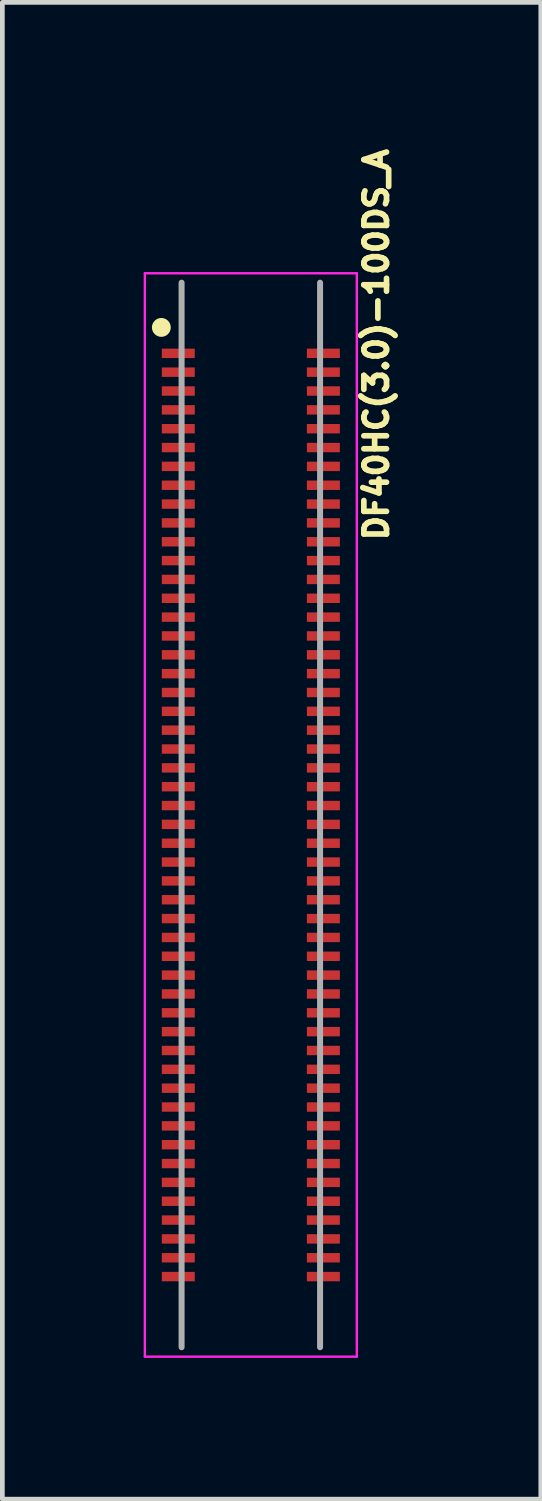
<source format=kicad_pcb>
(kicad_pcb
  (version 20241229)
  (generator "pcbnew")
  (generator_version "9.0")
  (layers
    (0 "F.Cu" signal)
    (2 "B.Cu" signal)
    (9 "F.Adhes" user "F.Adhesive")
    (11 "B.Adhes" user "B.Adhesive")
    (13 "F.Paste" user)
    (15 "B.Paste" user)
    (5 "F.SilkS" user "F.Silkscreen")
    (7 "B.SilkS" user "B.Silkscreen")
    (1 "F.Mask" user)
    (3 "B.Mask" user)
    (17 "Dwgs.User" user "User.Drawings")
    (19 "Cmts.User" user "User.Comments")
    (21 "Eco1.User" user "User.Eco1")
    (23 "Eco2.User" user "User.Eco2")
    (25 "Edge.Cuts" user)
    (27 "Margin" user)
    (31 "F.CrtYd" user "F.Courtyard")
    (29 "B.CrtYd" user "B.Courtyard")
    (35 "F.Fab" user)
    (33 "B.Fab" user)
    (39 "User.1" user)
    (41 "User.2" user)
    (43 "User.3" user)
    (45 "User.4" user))
  (footprint "DF40HC(3.0)-100DS_A"
    (layer "F.Cu")
    (at 2.275 14.251)
    (property "Reference" "DF40HC(3.0)-100DS_A" (at 2.664 -9.985 270) (layer "F.SilkS") (effects (font (size 0.481 0.481) (thickness 0.15))))
    (attr smd)
    (fp_circle (center -1.9 -10.35) (end -1.9 -10.25) (stroke (width 0.2) (type solid)) (fill no) (layer "F.SilkS"))
    (fp_line (start -2.25 -11.5) (end 2.25 -11.5) (stroke (width 0.05) (type solid)) (layer "F.CrtYd"))
    (fp_line (start -2.25 11.5) (end -2.25 -11.5) (stroke (width 0.05) (type solid)) (layer "F.CrtYd"))
    (fp_line (start 2.25 -11.5) (end 2.25 11.5) (stroke (width 0.05) (type solid)) (layer "F.CrtYd"))
    (fp_line (start 2.25 11.5) (end -2.25 11.5) (stroke (width 0.05) (type solid)) (layer "F.CrtYd"))
    (fp_line (start -1.47 11.3) (end -1.47 -11.3) (stroke (width 0.127) (type solid)) (layer "F.Fab"))
    (fp_line (start 1.47 -11.3) (end 1.47 11.3) (stroke (width 0.127) (type solid)) (layer "F.Fab"))
    (pad "1" smd rect (at -1.54 -9.8 270) (size 0.2 0.7) (layers "F.Cu" "F.Mask" "F.Paste"))
    (pad "2" smd rect (at 1.54 -9.8 270) (size 0.2 0.7) (layers "F.Cu" "F.Mask" "F.Paste"))
    (pad "3" smd rect (at -1.54 -9.4 270) (size 0.2 0.7) (layers "F.Cu" "F.Mask" "F.Paste"))
    (pad "4" smd rect (at 1.54 -9.4 270) (size 0.2 0.7) (layers "F.Cu" "F.Mask" "F.Paste"))
    (pad "5" smd rect (at -1.54 -9 270) (size 0.2 0.7) (layers "F.Cu" "F.Mask" "F.Paste"))
    (pad "6" smd rect (at 1.54 -9 270) (size 0.2 0.7) (layers "F.Cu" "F.Mask" "F.Paste"))
    (pad "7" smd rect (at -1.54 -8.6 270) (size 0.2 0.7) (layers "F.Cu" "F.Mask" "F.Paste"))
    (pad "8" smd rect (at 1.54 -8.6 270) (size 0.2 0.7) (layers "F.Cu" "F.Mask" "F.Paste"))
    (pad "9" smd rect (at -1.54 -8.2 270) (size 0.2 0.7) (layers "F.Cu" "F.Mask" "F.Paste"))
    (pad "10" smd rect (at 1.54 -8.2 270) (size 0.2 0.7) (layers "F.Cu" "F.Mask" "F.Paste"))
    (pad "11" smd rect (at -1.54 -7.8 270) (size 0.2 0.7) (layers "F.Cu" "F.Mask" "F.Paste"))
    (pad "12" smd rect (at 1.54 -7.8 270) (size 0.2 0.7) (layers "F.Cu" "F.Mask" "F.Paste"))
    (pad "13" smd rect (at -1.54 -7.4 270) (size 0.2 0.7) (layers "F.Cu" "F.Mask" "F.Paste"))
    (pad "14" smd rect (at 1.54 -7.4 270) (size 0.2 0.7) (layers "F.Cu" "F.Mask" "F.Paste"))
    (pad "15" smd rect (at -1.54 -7 270) (size 0.2 0.7) (layers "F.Cu" "F.Mask" "F.Paste"))
    (pad "16" smd rect (at 1.54 -7 270) (size 0.2 0.7) (layers "F.Cu" "F.Mask" "F.Paste"))
    (pad "17" smd rect (at -1.54 -6.6 270) (size 0.2 0.7) (layers "F.Cu" "F.Mask" "F.Paste"))
    (pad "18" smd rect (at 1.54 -6.6 270) (size 0.2 0.7) (layers "F.Cu" "F.Mask" "F.Paste"))
    (pad "19" smd rect (at -1.54 -6.2 270) (size 0.2 0.7) (layers "F.Cu" "F.Mask" "F.Paste"))
    (pad "20" smd rect (at 1.54 -6.2 270) (size 0.2 0.7) (layers "F.Cu" "F.Mask" "F.Paste"))
    (pad "21" smd rect (at -1.54 -5.8 270) (size 0.2 0.7) (layers "F.Cu" "F.Mask" "F.Paste"))
    (pad "22" smd rect (at 1.54 -5.8 270) (size 0.2 0.7) (layers "F.Cu" "F.Mask" "F.Paste"))
    (pad "23" smd rect (at -1.54 -5.4 270) (size 0.2 0.7) (layers "F.Cu" "F.Mask" "F.Paste"))
    (pad "24" smd rect (at 1.54 -5.4 270) (size 0.2 0.7) (layers "F.Cu" "F.Mask" "F.Paste"))
    (pad "25" smd rect (at -1.54 -5 270) (size 0.2 0.7) (layers "F.Cu" "F.Mask" "F.Paste"))
    (pad "26" smd rect (at 1.54 -5 270) (size 0.2 0.7) (layers "F.Cu" "F.Mask" "F.Paste"))
    (pad "27" smd rect (at -1.54 -4.6 270) (size 0.2 0.7) (layers "F.Cu" "F.Mask" "F.Paste"))
    (pad "28" smd rect (at 1.54 -4.6 270) (size 0.2 0.7) (layers "F.Cu" "F.Mask" "F.Paste"))
    (pad "29" smd rect (at -1.54 -4.2 270) (size 0.2 0.7) (layers "F.Cu" "F.Mask" "F.Paste"))
    (pad "30" smd rect (at 1.54 -4.2 270) (size 0.2 0.7) (layers "F.Cu" "F.Mask" "F.Paste"))
    (pad "31" smd rect (at -1.54 -3.8 270) (size 0.2 0.7) (layers "F.Cu" "F.Mask" "F.Paste"))
    (pad "32" smd rect (at 1.54 -3.8 270) (size 0.2 0.7) (layers "F.Cu" "F.Mask" "F.Paste"))
    (pad "33" smd rect (at -1.54 -3.4 270) (size 0.2 0.7) (layers "F.Cu" "F.Mask" "F.Paste"))
    (pad "34" smd rect (at 1.54 -3.4 270) (size 0.2 0.7) (layers "F.Cu" "F.Mask" "F.Paste"))
    (pad "35" smd rect (at -1.54 -3 270) (size 0.2 0.7) (layers "F.Cu" "F.Mask" "F.Paste"))
    (pad "36" smd rect (at 1.54 -3 270) (size 0.2 0.7) (layers "F.Cu" "F.Mask" "F.Paste"))
    (pad "37" smd rect (at -1.54 -2.6 270) (size 0.2 0.7) (layers "F.Cu" "F.Mask" "F.Paste"))
    (pad "38" smd rect (at 1.54 -2.6 270) (size 0.2 0.7) (layers "F.Cu" "F.Mask" "F.Paste"))
    (pad "39" smd rect (at -1.54 -2.2 270) (size 0.2 0.7) (layers "F.Cu" "F.Mask" "F.Paste"))
    (pad "40" smd rect (at 1.54 -2.2 270) (size 0.2 0.7) (layers "F.Cu" "F.Mask" "F.Paste"))
    (pad "41" smd rect (at -1.54 -1.8 270) (size 0.2 0.7) (layers "F.Cu" "F.Mask" "F.Paste"))
    (pad "42" smd rect (at 1.54 -1.8 270) (size 0.2 0.7) (layers "F.Cu" "F.Mask" "F.Paste"))
    (pad "43" smd rect (at -1.54 -1.4 270) (size 0.2 0.7) (layers "F.Cu" "F.Mask" "F.Paste"))
    (pad "44" smd rect (at 1.54 -1.4 270) (size 0.2 0.7) (layers "F.Cu" "F.Mask" "F.Paste"))
    (pad "45" smd rect (at -1.54 -1 270) (size 0.2 0.7) (layers "F.Cu" "F.Mask" "F.Paste"))
    (pad "46" smd rect (at 1.54 -1 270) (size 0.2 0.7) (layers "F.Cu" "F.Mask" "F.Paste"))
    (pad "47" smd rect (at -1.54 -0.6 270) (size 0.2 0.7) (layers "F.Cu" "F.Mask" "F.Paste"))
    (pad "48" smd rect (at 1.54 -0.6 270) (size 0.2 0.7) (layers "F.Cu" "F.Mask" "F.Paste"))
    (pad "49" smd rect (at -1.54 -0.2 270) (size 0.2 0.7) (layers "F.Cu" "F.Mask" "F.Paste"))
    (pad "50" smd rect (at 1.54 -0.2 270) (size 0.2 0.7) (layers "F.Cu" "F.Mask" "F.Paste"))
    (pad "51" smd rect (at -1.54 0.2 270) (size 0.2 0.7) (layers "F.Cu" "F.Mask" "F.Paste"))
    (pad "52" smd rect (at 1.54 0.2 270) (size 0.2 0.7) (layers "F.Cu" "F.Mask" "F.Paste"))
    (pad "53" smd rect (at -1.54 0.6 270) (size 0.2 0.7) (layers "F.Cu" "F.Mask" "F.Paste"))
    (pad "54" smd rect (at 1.54 0.6 270) (size 0.2 0.7) (layers "F.Cu" "F.Mask" "F.Paste"))
    (pad "55" smd rect (at -1.54 1 270) (size 0.2 0.7) (layers "F.Cu" "F.Mask" "F.Paste"))
    (pad "56" smd rect (at 1.54 1 270) (size 0.2 0.7) (layers "F.Cu" "F.Mask" "F.Paste"))
    (pad "57" smd rect (at -1.54 1.4 270) (size 0.2 0.7) (layers "F.Cu" "F.Mask" "F.Paste"))
    (pad "58" smd rect (at 1.54 1.4 270) (size 0.2 0.7) (layers "F.Cu" "F.Mask" "F.Paste"))
    (pad "59" smd rect (at -1.54 1.8 270) (size 0.2 0.7) (layers "F.Cu" "F.Mask" "F.Paste"))
    (pad "60" smd rect (at 1.54 1.8 270) (size 0.2 0.7) (layers "F.Cu" "F.Mask" "F.Paste"))
    (pad "61" smd rect (at -1.54 2.2 270) (size 0.2 0.7) (layers "F.Cu" "F.Mask" "F.Paste"))
    (pad "62" smd rect (at 1.54 2.2 270) (size 0.2 0.7) (layers "F.Cu" "F.Mask" "F.Paste"))
    (pad "63" smd rect (at -1.54 2.6 270) (size 0.2 0.7) (layers "F.Cu" "F.Mask" "F.Paste"))
    (pad "64" smd rect (at 1.54 2.6 270) (size 0.2 0.7) (layers "F.Cu" "F.Mask" "F.Paste"))
    (pad "65" smd rect (at -1.54 3 270) (size 0.2 0.7) (layers "F.Cu" "F.Mask" "F.Paste"))
    (pad "66" smd rect (at 1.54 3 270) (size 0.2 0.7) (layers "F.Cu" "F.Mask" "F.Paste"))
    (pad "67" smd rect (at -1.54 3.4 270) (size 0.2 0.7) (layers "F.Cu" "F.Mask" "F.Paste"))
    (pad "68" smd rect (at 1.54 3.4 270) (size 0.2 0.7) (layers "F.Cu" "F.Mask" "F.Paste"))
    (pad "69" smd rect (at -1.54 3.8 270) (size 0.2 0.7) (layers "F.Cu" "F.Mask" "F.Paste"))
    (pad "70" smd rect (at 1.54 3.8 270) (size 0.2 0.7) (layers "F.Cu" "F.Mask" "F.Paste"))
    (pad "71" smd rect (at -1.54 4.2 270) (size 0.2 0.7) (layers "F.Cu" "F.Mask" "F.Paste"))
    (pad "72" smd rect (at 1.54 4.2 270) (size 0.2 0.7) (layers "F.Cu" "F.Mask" "F.Paste"))
    (pad "73" smd rect (at -1.54 4.6 270) (size 0.2 0.7) (layers "F.Cu" "F.Mask" "F.Paste"))
    (pad "74" smd rect (at 1.54 4.6 270) (size 0.2 0.7) (layers "F.Cu" "F.Mask" "F.Paste"))
    (pad "75" smd rect (at -1.54 5 270) (size 0.2 0.7) (layers "F.Cu" "F.Mask" "F.Paste"))
    (pad "76" smd rect (at 1.54 5 270) (size 0.2 0.7) (layers "F.Cu" "F.Mask" "F.Paste"))
    (pad "77" smd rect (at -1.54 5.4 270) (size 0.2 0.7) (layers "F.Cu" "F.Mask" "F.Paste"))
    (pad "78" smd rect (at 1.54 5.4 270) (size 0.2 0.7) (layers "F.Cu" "F.Mask" "F.Paste"))
    (pad "79" smd rect (at -1.54 5.8 270) (size 0.2 0.7) (layers "F.Cu" "F.Mask" "F.Paste"))
    (pad "80" smd rect (at 1.54 5.8 270) (size 0.2 0.7) (layers "F.Cu" "F.Mask" "F.Paste"))
    (pad "81" smd rect (at -1.54 6.2 270) (size 0.2 0.7) (layers "F.Cu" "F.Mask" "F.Paste"))
    (pad "82" smd rect (at 1.54 6.2 270) (size 0.2 0.7) (layers "F.Cu" "F.Mask" "F.Paste"))
    (pad "83" smd rect (at -1.54 6.6 270) (size 0.2 0.7) (layers "F.Cu" "F.Mask" "F.Paste"))
    (pad "84" smd rect (at 1.54 6.6 270) (size 0.2 0.7) (layers "F.Cu" "F.Mask" "F.Paste"))
    (pad "85" smd rect (at -1.54 7 270) (size 0.2 0.7) (layers "F.Cu" "F.Mask" "F.Paste"))
    (pad "86" smd rect (at 1.54 7 270) (size 0.2 0.7) (layers "F.Cu" "F.Mask" "F.Paste"))
    (pad "87" smd rect (at -1.54 7.4 270) (size 0.2 0.7) (layers "F.Cu" "F.Mask" "F.Paste"))
    (pad "88" smd rect (at 1.54 7.4 270) (size 0.2 0.7) (layers "F.Cu" "F.Mask" "F.Paste"))
    (pad "89" smd rect (at -1.54 7.8 270) (size 0.2 0.7) (layers "F.Cu" "F.Mask" "F.Paste"))
    (pad "90" smd rect (at 1.54 7.8 270) (size 0.2 0.7) (layers "F.Cu" "F.Mask" "F.Paste"))
    (pad "91" smd rect (at -1.54 8.2 270) (size 0.2 0.7) (layers "F.Cu" "F.Mask" "F.Paste"))
    (pad "92" smd rect (at 1.54 8.2 270) (size 0.2 0.7) (layers "F.Cu" "F.Mask" "F.Paste"))
    (pad "93" smd rect (at -1.54 8.6 270) (size 0.2 0.7) (layers "F.Cu" "F.Mask" "F.Paste"))
    (pad "94" smd rect (at 1.54 8.6 270) (size 0.2 0.7) (layers "F.Cu" "F.Mask" "F.Paste"))
    (pad "95" smd rect (at -1.54 9 270) (size 0.2 0.7) (layers "F.Cu" "F.Mask" "F.Paste"))
    (pad "96" smd rect (at 1.54 9 270) (size 0.2 0.7) (layers "F.Cu" "F.Mask" "F.Paste"))
    (pad "97" smd rect (at -1.54 9.4 270) (size 0.2 0.7) (layers "F.Cu" "F.Mask" "F.Paste"))
    (pad "98" smd rect (at 1.54 9.4 270) (size 0.2 0.7) (layers "F.Cu" "F.Mask" "F.Paste"))
    (pad "99" smd rect (at -1.54 9.8 270) (size 0.2 0.7) (layers "F.Cu" "F.Mask" "F.Paste"))
    (pad "100" smd rect (at 1.54 9.8 270) (size 0.2 0.7) (layers "F.Cu" "F.Mask" "F.Paste"))
    (zone (net_name "") (layer "F.Cu") (hatch full 0.508) (connect_pads) (min_thickness 0.01) (filled_areas_thickness no) (keepout (tracks not_allowed) (vias not_allowed) (pads not_allowed) (copperpour not_allowed) (footprints allowed)) (placement (enabled no)) (fill) (polygon (pts (xy 1.815 4.344) (xy 1.815 4.551) (xy 1.084 4.551) (xy 1.084 4.344))))
    (zone (net_name "") (layer "F.Cu") (hatch full 0.508) (connect_pads) (min_thickness 0.01) (filled_areas_thickness no) (keepout (tracks not_allowed) (vias not_allowed) (pads not_allowed) (copperpour not_allowed) (footprints allowed)) (placement (enabled no)) (fill) (polygon (pts (xy 1.815 4.741) (xy 1.815 4.951) (xy 1.084 4.951) (xy 1.084 4.741))))
    (zone (net_name "") (layer "F.Cu") (hatch full 0.508) (connect_pads) (min_thickness 0.01) (filled_areas_thickness no) (keepout (tracks not_allowed) (vias not_allowed) (pads not_allowed) (copperpour not_allowed) (footprints allowed)) (placement (enabled no)) (fill) (polygon (pts (xy 1.815 5.149) (xy 1.815 5.351) (xy 1.085 5.351) (xy 1.085 5.149))))
    (zone (net_name "") (layer "F.Cu") (hatch full 0.508) (connect_pads) (min_thickness 0.01) (filled_areas_thickness no) (keepout (tracks not_allowed) (vias not_allowed) (pads not_allowed) (copperpour not_allowed) (footprints allowed)) (placement (enabled no)) (fill) (polygon (pts (xy 1.815 5.532) (xy 1.815 5.751) (xy 1.082 5.751) (xy 1.082 5.532))))
    (zone (net_name "") (layer "F.Cu") (hatch full 0.508) (connect_pads) (min_thickness 0.01) (filled_areas_thickness no) (keepout (tracks not_allowed) (vias not_allowed) (pads not_allowed) (copperpour not_allowed) (footprints allowed)) (placement (enabled no)) (fill) (polygon (pts (xy 1.815 5.934) (xy 1.815 6.151) (xy 1.083 6.151) (xy 1.083 5.934))))
    (zone (net_name "") (layer "F.Cu") (hatch full 0.508) (connect_pads) (min_thickness 0.01) (filled_areas_thickness no) (keepout (tracks not_allowed) (vias not_allowed) (pads not_allowed) (copperpour not_allowed) (footprints allowed)) (placement (enabled no)) (fill) (polygon (pts (xy 1.815 6.329) (xy 1.815 6.551) (xy 1.082 6.551) (xy 1.082 6.329))))
    (zone (net_name "") (layer "F.Cu") (hatch full 0.508) (connect_pads) (min_thickness 0.01) (filled_areas_thickness no) (keepout (tracks not_allowed) (vias not_allowed) (pads not_allowed) (copperpour not_allowed) (footprints allowed)) (placement (enabled no)) (fill) (polygon (pts (xy 1.815 6.736) (xy 1.815 6.951) (xy 1.083 6.951) (xy 1.083 6.736))))
    (zone (net_name "") (layer "F.Cu") (hatch full 0.508) (connect_pads) (min_thickness 0.01) (filled_areas_thickness no) (keepout (tracks not_allowed) (vias not_allowed) (pads not_allowed) (copperpour not_allowed) (footprints allowed)) (placement (enabled no)) (fill) (polygon (pts (xy 1.815 7.134) (xy 1.815 7.351) (xy 1.082 7.351) (xy 1.082 7.134))))
    (zone (net_name "") (layer "F.Cu") (hatch full 0.508) (connect_pads) (min_thickness 0.01) (filled_areas_thickness no) (keepout (tracks not_allowed) (vias not_allowed) (pads not_allowed) (copperpour not_allowed) (footprints allowed)) (placement (enabled no)) (fill) (polygon (pts (xy 1.815 7.534) (xy 1.815 7.751) (xy 1.082 7.751) (xy 1.082 7.534))))
    (zone (net_name "") (layer "F.Cu") (hatch full 0.508) (connect_pads) (min_thickness 0.01) (filled_areas_thickness no) (keepout (tracks not_allowed) (vias not_allowed) (pads not_allowed) (copperpour not_allowed) (footprints allowed)) (placement (enabled no)) (fill) (polygon (pts (xy 1.815 7.941) (xy 1.815 8.151) (xy 1.083 8.151) (xy 1.083 7.941))))
    (zone (net_name "") (layer "F.Cu") (hatch full 0.508) (connect_pads) (min_thickness 0.01) (filled_areas_thickness no) (keepout (tracks not_allowed) (vias not_allowed) (pads not_allowed) (copperpour not_allowed) (footprints allowed)) (placement (enabled no)) (fill) (polygon (pts (xy 1.815 8.337) (xy 1.815 8.551) (xy 1.082 8.551) (xy 1.082 8.337))))
    (zone (net_name "") (layer "F.Cu") (hatch full 0.508) (connect_pads) (min_thickness 0.01) (filled_areas_thickness no) (keepout (tracks not_allowed) (vias not_allowed) (pads not_allowed) (copperpour not_allowed) (footprints allowed)) (placement (enabled no)) (fill) (polygon (pts (xy 1.815 8.73) (xy 1.815 8.951) (xy 1.08 8.951) (xy 1.08 8.73))))
    (zone (net_name "") (layer "F.Cu") (hatch full 0.508) (connect_pads) (min_thickness 0.01) (filled_areas_thickness no) (keepout (tracks not_allowed) (vias not_allowed) (pads not_allowed) (copperpour not_allowed) (footprints allowed)) (placement (enabled no)) (fill) (polygon (pts (xy 1.815 9.14) (xy 1.815 9.351) (xy 1.083 9.351) (xy 1.083 9.14))))
    (zone (net_name "") (layer "F.Cu") (hatch full 0.508) (connect_pads) (min_thickness 0.01) (filled_areas_thickness no) (keepout (tracks not_allowed) (vias not_allowed) (pads not_allowed) (copperpour not_allowed) (footprints allowed)) (placement (enabled no)) (fill) (polygon (pts (xy 1.815 9.541) (xy 1.815 9.751) (xy 1.083 9.751) (xy 1.083 9.541))))
    (zone (net_name "") (layer "F.Cu") (hatch full 0.508) (connect_pads) (min_thickness 0.01) (filled_areas_thickness no) (keepout (tracks not_allowed) (vias not_allowed) (pads not_allowed) (copperpour not_allowed) (footprints allowed)) (placement (enabled no)) (fill) (polygon (pts (xy 1.815 9.947) (xy 1.815 10.151) (xy 1.084 10.151) (xy 1.084 9.947))))
    (zone (net_name "") (layer "F.Cu") (hatch full 0.508) (connect_pads) (min_thickness 0.01) (filled_areas_thickness no) (keepout (tracks not_allowed) (vias not_allowed) (pads not_allowed) (copperpour not_allowed) (footprints allowed)) (placement (enabled no)) (fill) (polygon (pts (xy 1.815 10.34) (xy 1.815 10.551) (xy 1.082 10.551) (xy 1.082 10.34))))
    (zone (net_name "") (layer "F.Cu") (hatch full 0.508) (connect_pads) (min_thickness 0.01) (filled_areas_thickness no) (keepout (tracks not_allowed) (vias not_allowed) (pads not_allowed) (copperpour not_allowed) (footprints allowed)) (placement (enabled no)) (fill) (polygon (pts (xy 1.815 10.739) (xy 1.815 10.951) (xy 1.081 10.951) (xy 1.081 10.739))))
    (zone (net_name "") (layer "F.Cu") (hatch full 0.508) (connect_pads) (min_thickness 0.01) (filled_areas_thickness no) (keepout (tracks not_allowed) (vias not_allowed) (pads not_allowed) (copperpour not_allowed) (footprints allowed)) (placement (enabled no)) (fill) (polygon (pts (xy 1.815 11.148) (xy 1.815 11.351) (xy 1.084 11.351) (xy 1.084 11.148))))
    (zone (net_name "") (layer "F.Cu") (hatch full 0.508) (connect_pads) (min_thickness 0.01) (filled_areas_thickness no) (keepout (tracks not_allowed) (vias not_allowed) (pads not_allowed) (copperpour not_allowed) (footprints allowed)) (placement (enabled no)) (fill) (polygon (pts (xy 1.815 11.541) (xy 1.815 11.751) (xy 1.081 11.751) (xy 1.081 11.541))))
    (zone (net_name "") (layer "F.Cu") (hatch full 0.508) (connect_pads) (min_thickness 0.01) (filled_areas_thickness no) (keepout (tracks not_allowed) (vias not_allowed) (pads not_allowed) (copperpour not_allowed) (footprints allowed)) (placement (enabled no)) (fill) (polygon (pts (xy 1.815 11.948) (xy 1.815 12.151) (xy 1.084 12.151) (xy 1.084 11.948))))
    (zone (net_name "") (layer "F.Cu") (hatch full 0.508) (connect_pads) (min_thickness 0.01) (filled_areas_thickness no) (keepout (tracks not_allowed) (vias not_allowed) (pads not_allowed) (copperpour not_allowed) (footprints allowed)) (placement (enabled no)) (fill) (polygon (pts (xy 1.815 12.345) (xy 1.815 12.551) (xy 1.082 12.551) (xy 1.082 12.345))))
    (zone (net_name "") (layer "F.Cu") (hatch full 0.508) (connect_pads) (min_thickness 0.01) (filled_areas_thickness no) (keepout (tracks not_allowed) (vias not_allowed) (pads not_allowed) (copperpour not_allowed) (footprints allowed)) (placement (enabled no)) (fill) (polygon (pts (xy 1.815 12.749) (xy 1.815 12.951) (xy 1.084 12.951) (xy 1.084 12.749))))
    (zone (net_name "") (layer "F.Cu") (hatch full 0.508) (connect_pads) (min_thickness 0.01) (filled_areas_thickness no) (keepout (tracks not_allowed) (vias not_allowed) (pads not_allowed) (copperpour not_allowed) (footprints allowed)) (placement (enabled no)) (fill) (polygon (pts (xy 1.815 13.149) (xy 1.815 13.351) (xy 1.083 13.351) (xy 1.083 13.149))))
    (zone (net_name "") (layer "F.Cu") (hatch full 0.508) (connect_pads) (min_thickness 0.01) (filled_areas_thickness no) (keepout (tracks not_allowed) (vias not_allowed) (pads not_allowed) (copperpour not_allowed) (footprints allowed)) (placement (enabled no)) (fill) (polygon (pts (xy 1.815 13.55) (xy 1.815 13.751) (xy 1.083 13.751) (xy 1.083 13.55))))
    (zone (net_name "") (layer "F.Cu") (hatch full 0.508) (connect_pads) (min_thickness 0.01) (filled_areas_thickness no) (keepout (tracks not_allowed) (vias not_allowed) (pads not_allowed) (copperpour not_allowed) (footprints allowed)) (placement (enabled no)) (fill) (polygon (pts (xy 1.815 13.95) (xy 1.815 14.151) (xy 1.082 14.151) (xy 1.082 13.95))))
    (zone (net_name "") (layer "F.Cu") (hatch full 0.508) (connect_pads) (min_thickness 0.01) (filled_areas_thickness no) (keepout (tracks not_allowed) (vias not_allowed) (pads not_allowed) (copperpour not_allowed) (footprints allowed)) (placement (enabled no)) (fill) (polygon (pts (xy 1.815 14.351) (xy 1.815 14.551) (xy 1.083 14.551) (xy 1.083 14.351))))
    (zone (net_name "") (layer "F.Cu") (hatch full 0.508) (connect_pads) (min_thickness 0.01) (filled_areas_thickness no) (keepout (tracks not_allowed) (vias not_allowed) (pads not_allowed) (copperpour not_allowed) (footprints allowed)) (placement (enabled no)) (fill) (polygon (pts (xy 1.815 14.751) (xy 1.815 14.951) (xy 1.084 14.951) (xy 1.084 14.751))))
    (zone (net_name "") (layer "F.Cu") (hatch full 0.508) (connect_pads) (min_thickness 0.01) (filled_areas_thickness no) (keepout (tracks not_allowed) (vias not_allowed) (pads not_allowed) (copperpour not_allowed) (footprints allowed)) (placement (enabled no)) (fill) (polygon (pts (xy 1.815 15.153) (xy 1.815 15.351) (xy 1.082 15.351) (xy 1.082 15.153))))
    (zone (net_name "") (layer "F.Cu") (hatch full 0.508) (connect_pads) (min_thickness 0.01) (filled_areas_thickness no) (keepout (tracks not_allowed) (vias not_allowed) (pads not_allowed) (copperpour not_allowed) (footprints allowed)) (placement (enabled no)) (fill) (polygon (pts (xy 1.815 15.554) (xy 1.815 15.751) (xy 1.082 15.751) (xy 1.082 15.554))))
    (zone (net_name "") (layer "F.Cu") (hatch full 0.508) (connect_pads) (min_thickness 0.01) (filled_areas_thickness no) (keepout (tracks not_allowed) (vias not_allowed) (pads not_allowed) (copperpour not_allowed) (footprints allowed)) (placement (enabled no)) (fill) (polygon (pts (xy 1.815 15.954) (xy 1.815 16.151) (xy 1.082 16.151) (xy 1.082 15.954))))
    (zone (net_name "") (layer "F.Cu") (hatch full 0.508) (connect_pads) (min_thickness 0.01) (filled_areas_thickness no) (keepout (tracks not_allowed) (vias not_allowed) (pads not_allowed) (copperpour not_allowed) (footprints allowed)) (placement (enabled no)) (fill) (polygon (pts (xy 1.815 16.356) (xy 1.815 16.551) (xy 1.082 16.551) (xy 1.082 16.356))))
    (zone (net_name "") (layer "F.Cu") (hatch full 0.508) (connect_pads) (min_thickness 0.01) (filled_areas_thickness no) (keepout (tracks not_allowed) (vias not_allowed) (pads not_allowed) (copperpour not_allowed) (footprints allowed)) (placement (enabled no)) (fill) (polygon (pts (xy 1.815 16.752) (xy 1.815 16.951) (xy 1.084 16.951) (xy 1.084 16.752))))
    (zone (net_name "") (layer "F.Cu") (hatch full 0.508) (connect_pads) (min_thickness 0.01) (filled_areas_thickness no) (keepout (tracks not_allowed) (vias not_allowed) (pads not_allowed) (copperpour not_allowed) (footprints allowed)) (placement (enabled no)) (fill) (polygon (pts (xy 1.815 17.158) (xy 1.815 17.351) (xy 1.082 17.351) (xy 1.082 17.158))))
    (zone (net_name "") (layer "F.Cu") (hatch full 0.508) (connect_pads) (min_thickness 0.01) (filled_areas_thickness no) (keepout (tracks not_allowed) (vias not_allowed) (pads not_allowed) (copperpour not_allowed) (footprints allowed)) (placement (enabled no)) (fill) (polygon (pts (xy 1.815 17.558) (xy 1.815 17.751) (xy 1.082 17.751) (xy 1.082 17.558))))
    (zone (net_name "") (layer "F.Cu") (hatch full 0.508) (connect_pads) (min_thickness 0.01) (filled_areas_thickness no) (keepout (tracks not_allowed) (vias not_allowed) (pads not_allowed) (copperpour not_allowed) (footprints allowed)) (placement (enabled no)) (fill) (polygon (pts (xy 1.815 17.961) (xy 1.815 18.151) (xy 1.082 18.151) (xy 1.082 17.961))))
    (zone (net_name "") (layer "F.Cu") (hatch full 0.508) (connect_pads) (min_thickness 0.01) (filled_areas_thickness no) (keepout (tracks not_allowed) (vias not_allowed) (pads not_allowed) (copperpour not_allowed) (footprints allowed)) (placement (enabled no)) (fill) (polygon (pts (xy 1.815 18.353) (xy 1.815 18.551) (xy 1.084 18.551) (xy 1.084 18.353))))
    (zone (net_name "") (layer "F.Cu") (hatch full 0.508) (connect_pads) (min_thickness 0.01) (filled_areas_thickness no) (keepout (tracks not_allowed) (vias not_allowed) (pads not_allowed) (copperpour not_allowed) (footprints allowed)) (placement (enabled no)) (fill) (polygon (pts (xy 1.815 18.755) (xy 1.815 18.951) (xy 1.084 18.951) (xy 1.084 18.755))))
    (zone (net_name "") (layer "F.Cu") (hatch full 0.508) (connect_pads) (min_thickness 0.01) (filled_areas_thickness no) (keepout (tracks not_allowed) (vias not_allowed) (pads not_allowed) (copperpour not_allowed) (footprints allowed)) (placement (enabled no)) (fill) (polygon (pts (xy 1.815 19.153) (xy 1.815 19.351) (xy 1.085 19.351) (xy 1.085 19.153))))
    (zone (net_name "") (layer "F.Cu") (hatch full 0.508) (connect_pads) (min_thickness 0.01) (filled_areas_thickness no) (keepout (tracks not_allowed) (vias not_allowed) (pads not_allowed) (copperpour not_allowed) (footprints allowed)) (placement (enabled no)) (fill) (polygon (pts (xy 1.815 19.567) (xy 1.815 19.751) (xy 1.081 19.751) (xy 1.081 19.567))))
    (zone (net_name "") (layer "F.Cu") (hatch full 0.508) (connect_pads) (min_thickness 0.01) (filled_areas_thickness no) (keepout (tracks not_allowed) (vias not_allowed) (pads not_allowed) (copperpour not_allowed) (footprints allowed)) (placement (enabled no)) (fill) (polygon (pts (xy 1.815 19.962) (xy 1.815 20.151) (xy 1.083 20.151) (xy 1.083 19.962))))
    (zone (net_name "") (layer "F.Cu") (hatch full 0.508) (connect_pads) (min_thickness 0.01) (filled_areas_thickness no) (keepout (tracks not_allowed) (vias not_allowed) (pads not_allowed) (copperpour not_allowed) (footprints allowed)) (placement (enabled no)) (fill) (polygon (pts (xy 1.815 20.365) (xy 1.815 20.551) (xy 1.082 20.551) (xy 1.082 20.365))))
    (zone (net_name "") (layer "F.Cu") (hatch full 0.508) (connect_pads) (min_thickness 0.01) (filled_areas_thickness no) (keepout (tracks not_allowed) (vias not_allowed) (pads not_allowed) (copperpour not_allowed) (footprints allowed)) (placement (enabled no)) (fill) (polygon (pts (xy 1.815 20.762) (xy 1.815 20.951) (xy 1.083 20.951) (xy 1.083 20.762))))
    (zone (net_name "") (layer "F.Cu") (hatch full 0.508) (connect_pads) (min_thickness 0.01) (filled_areas_thickness no) (keepout (tracks not_allowed) (vias not_allowed) (pads not_allowed) (copperpour not_allowed) (footprints allowed)) (placement (enabled no)) (fill) (polygon (pts (xy 1.815 21.169) (xy 1.815 21.351) (xy 1.082 21.351) (xy 1.082 21.169))))
    (zone (net_name "") (layer "F.Cu") (hatch full 0.508) (connect_pads) (min_thickness 0.01) (filled_areas_thickness no) (keepout (tracks not_allowed) (vias not_allowed) (pads not_allowed) (copperpour not_allowed) (footprints allowed)) (placement (enabled no)) (fill) (polygon (pts (xy 1.815 21.574) (xy 1.815 21.751) (xy 1.081 21.751) (xy 1.081 21.574))))
    (zone (net_name "") (layer "F.Cu") (hatch full 0.508) (connect_pads) (min_thickness 0.01) (filled_areas_thickness no) (keepout (tracks not_allowed) (vias not_allowed) (pads not_allowed) (copperpour not_allowed) (footprints allowed)) (placement (enabled no)) (fill) (polygon (pts (xy 1.815 21.966) (xy 1.815 22.151) (xy 1.083 22.151) (xy 1.083 21.966))))
    (zone (net_name "") (layer "F.Cu") (hatch full 0.508) (connect_pads) (min_thickness 0.01) (filled_areas_thickness no) (keepout (tracks not_allowed) (vias not_allowed) (pads not_allowed) (copperpour not_allowed) (footprints allowed)) (placement (enabled no)) (fill) (polygon (pts (xy 1.815 22.371) (xy 1.815 22.551) (xy 1.082 22.551) (xy 1.082 22.371))))
    (zone (net_name "") (layer "F.Cu") (hatch full 0.508) (connect_pads) (min_thickness 0.01) (filled_areas_thickness no) (keepout (tracks not_allowed) (vias not_allowed) (pads not_allowed) (copperpour not_allowed) (footprints allowed)) (placement (enabled no)) (fill) (polygon (pts (xy 1.815 22.774) (xy 1.815 22.951) (xy 1.082 22.951) (xy 1.082 22.774))))
    (zone (net_name "") (layer "F.Cu") (hatch full 0.508) (connect_pads) (min_thickness 0.01) (filled_areas_thickness no) (keepout (tracks not_allowed) (vias not_allowed) (pads not_allowed) (copperpour not_allowed) (footprints allowed)) (placement (enabled no)) (fill) (polygon (pts (xy 1.815 23.17) (xy 1.815 23.351) (xy 1.082 23.351) (xy 1.082 23.17))))
    (zone (net_name "") (layer "F.Cu") (hatch full 0.508) (connect_pads) (min_thickness 0.01) (filled_areas_thickness no) (keepout (tracks not_allowed) (vias not_allowed) (pads not_allowed) (copperpour not_allowed) (footprints allowed)) (placement (enabled no)) (fill) (polygon (pts (xy 1.815 23.555) (xy 1.815 23.751) (xy 1.084 23.751) (xy 1.084 23.555))))
    (zone (net_name "") (layer "F.Cu") (hatch full 0.508) (connect_pads) (min_thickness 0.01) (filled_areas_thickness no) (keepout (tracks not_allowed) (vias not_allowed) (pads not_allowed) (copperpour not_allowed) (footprints allowed)) (placement (enabled no)) (fill) (polygon (pts (xy 1.815 23.981) (xy 1.815 24.151) (xy 1.081 24.151) (xy 1.081 23.981))))
    (zone (net_name "") (layer "F.Cu") (hatch full 0.508) (connect_pads) (min_thickness 0.01) (filled_areas_thickness no) (keepout (tracks not_allowed) (vias not_allowed) (pads not_allowed) (copperpour not_allowed) (footprints allowed)) (placement (enabled no)) (fill) (polygon (pts (xy 3.465 4.321) (xy 3.465 4.551) (xy 2.736 4.551) (xy 2.736 4.321))))
    (zone (net_name "") (layer "F.Cu") (hatch full 0.508) (connect_pads) (min_thickness 0.01) (filled_areas_thickness no) (keepout (tracks not_allowed) (vias not_allowed) (pads not_allowed) (copperpour not_allowed) (footprints allowed)) (placement (enabled no)) (fill) (polygon (pts (xy 3.465 4.72) (xy 3.465 4.951) (xy 2.736 4.951) (xy 2.736 4.72))))
    (zone (net_name "") (layer "F.Cu") (hatch full 0.508) (connect_pads) (min_thickness 0.01) (filled_areas_thickness no) (keepout (tracks not_allowed) (vias not_allowed) (pads not_allowed) (copperpour not_allowed) (footprints allowed)) (placement (enabled no)) (fill) (polygon (pts (xy 3.465 5.132) (xy 3.465 5.351) (xy 2.736 5.351) (xy 2.736 5.132))))
    (zone (net_name "") (layer "F.Cu") (hatch full 0.508) (connect_pads) (min_thickness 0.01) (filled_areas_thickness no) (keepout (tracks not_allowed) (vias not_allowed) (pads not_allowed) (copperpour not_allowed) (footprints allowed)) (placement (enabled no)) (fill) (polygon (pts (xy 3.465 5.532) (xy 3.465 5.751) (xy 2.736 5.751) (xy 2.736 5.532))))
    (zone (net_name "") (layer "F.Cu") (hatch full 0.508) (connect_pads) (min_thickness 0.01) (filled_areas_thickness no) (keepout (tracks not_allowed) (vias not_allowed) (pads not_allowed) (copperpour not_allowed) (footprints allowed)) (placement (enabled no)) (fill) (polygon (pts (xy 3.465 5.937) (xy 3.465 6.151) (xy 2.736 6.151) (xy 2.736 5.937))))
    (zone (net_name "") (layer "F.Cu") (hatch full 0.508) (connect_pads) (min_thickness 0.01) (filled_areas_thickness no) (keepout (tracks not_allowed) (vias not_allowed) (pads not_allowed) (copperpour not_allowed) (footprints allowed)) (placement (enabled no)) (fill) (polygon (pts (xy 3.465 6.342) (xy 3.465 6.551) (xy 2.736 6.551) (xy 2.736 6.342))))
    (zone (net_name "") (layer "F.Cu") (hatch full 0.508) (connect_pads) (min_thickness 0.01) (filled_areas_thickness no) (keepout (tracks not_allowed) (vias not_allowed) (pads not_allowed) (copperpour not_allowed) (footprints allowed)) (placement (enabled no)) (fill) (polygon (pts (xy 3.465 6.742) (xy 3.465 6.951) (xy 2.736 6.951) (xy 2.736 6.742))))
    (zone (net_name "") (layer "F.Cu") (hatch full 0.508) (connect_pads) (min_thickness 0.01) (filled_areas_thickness no) (keepout (tracks not_allowed) (vias not_allowed) (pads not_allowed) (copperpour not_allowed) (footprints allowed)) (placement (enabled no)) (fill) (polygon (pts (xy 3.465 7.14) (xy 3.465 7.351) (xy 2.736 7.351) (xy 2.736 7.14))))
    (zone (net_name "") (layer "F.Cu") (hatch full 0.508) (connect_pads) (min_thickness 0.01) (filled_areas_thickness no) (keepout (tracks not_allowed) (vias not_allowed) (pads not_allowed) (copperpour not_allowed) (footprints allowed)) (placement (enabled no)) (fill) (polygon (pts (xy 3.465 7.53) (xy 3.465 7.751) (xy 2.736 7.751) (xy 2.736 7.53))))
    (zone (net_name "") (layer "F.Cu") (hatch full 0.508) (connect_pads) (min_thickness 0.01) (filled_areas_thickness no) (keepout (tracks not_allowed) (vias not_allowed) (pads not_allowed) (copperpour not_allowed) (footprints allowed)) (placement (enabled no)) (fill) (polygon (pts (xy 3.465 7.934) (xy 3.465 8.151) (xy 2.736 8.151) (xy 2.736 7.934))))
    (zone (net_name "") (layer "F.Cu") (hatch full 0.508) (connect_pads) (min_thickness 0.01) (filled_areas_thickness no) (keepout (tracks not_allowed) (vias not_allowed) (pads not_allowed) (copperpour not_allowed) (footprints allowed)) (placement (enabled no)) (fill) (polygon (pts (xy 3.465 8.336) (xy 3.465 8.551) (xy 2.736 8.551) (xy 2.736 8.336))))
    (zone (net_name "") (layer "F.Cu") (hatch full 0.508) (connect_pads) (min_thickness 0.01) (filled_areas_thickness no) (keepout (tracks not_allowed) (vias not_allowed) (pads not_allowed) (copperpour not_allowed) (footprints allowed)) (placement (enabled no)) (fill) (polygon (pts (xy 3.465 8.735) (xy 3.465 8.951) (xy 2.736 8.951) (xy 2.736 8.735))))
    (zone (net_name "") (layer "F.Cu") (hatch full 0.508) (connect_pads) (min_thickness 0.01) (filled_areas_thickness no) (keepout (tracks not_allowed) (vias not_allowed) (pads not_allowed) (copperpour not_allowed) (footprints allowed)) (placement (enabled no)) (fill) (polygon (pts (xy 3.465 9.136) (xy 3.465 9.351) (xy 2.736 9.351) (xy 2.736 9.136))))
    (zone (net_name "") (layer "F.Cu") (hatch full 0.508) (connect_pads) (min_thickness 0.01) (filled_areas_thickness no) (keepout (tracks not_allowed) (vias not_allowed) (pads not_allowed) (copperpour not_allowed) (footprints allowed)) (placement (enabled no)) (fill) (polygon (pts (xy 3.465 9.542) (xy 3.465 9.751) (xy 2.736 9.751) (xy 2.736 9.542))))
    (zone (net_name "") (layer "F.Cu") (hatch full 0.508) (connect_pads) (min_thickness 0.01) (filled_areas_thickness no) (keepout (tracks not_allowed) (vias not_allowed) (pads not_allowed) (copperpour not_allowed) (footprints allowed)) (placement (enabled no)) (fill) (polygon (pts (xy 3.465 9.945) (xy 3.465 10.151) (xy 2.736 10.151) (xy 2.736 9.945))))
    (zone (net_name "") (layer "F.Cu") (hatch full 0.508) (connect_pads) (min_thickness 0.01) (filled_areas_thickness no) (keepout (tracks not_allowed) (vias not_allowed) (pads not_allowed) (copperpour not_allowed) (footprints allowed)) (placement (enabled no)) (fill) (polygon (pts (xy 3.465 10.345) (xy 3.465 10.551) (xy 2.736 10.551) (xy 2.736 10.345))))
    (zone (net_name "") (layer "F.Cu") (hatch full 0.508) (connect_pads) (min_thickness 0.01) (filled_areas_thickness no) (keepout (tracks not_allowed) (vias not_allowed) (pads not_allowed) (copperpour not_allowed) (footprints allowed)) (placement (enabled no)) (fill) (polygon (pts (xy 3.465 10.75) (xy 3.465 10.951) (xy 2.735 10.951) (xy 2.735 10.75))))
    (zone (net_name "") (layer "F.Cu") (hatch full 0.508) (connect_pads) (min_thickness 0.01) (filled_areas_thickness no) (keepout (tracks not_allowed) (vias not_allowed) (pads not_allowed) (copperpour not_allowed) (footprints allowed)) (placement (enabled no)) (fill) (polygon (pts (xy 3.465 11.14) (xy 3.465 11.351) (xy 2.737 11.351) (xy 2.737 11.14))))
    (zone (net_name "") (layer "F.Cu") (hatch full 0.508) (connect_pads) (min_thickness 0.01) (filled_areas_thickness no) (keepout (tracks not_allowed) (vias not_allowed) (pads not_allowed) (copperpour not_allowed) (footprints allowed)) (placement (enabled no)) (fill) (polygon (pts (xy 3.465 11.542) (xy 3.465 11.751) (xy 2.736 11.751) (xy 2.736 11.542))))
    (zone (net_name "") (layer "F.Cu") (hatch full 0.508) (connect_pads) (min_thickness 0.01) (filled_areas_thickness no) (keepout (tracks not_allowed) (vias not_allowed) (pads not_allowed) (copperpour not_allowed) (footprints allowed)) (placement (enabled no)) (fill) (polygon (pts (xy 3.465 11.945) (xy 3.465 12.151) (xy 2.736 12.151) (xy 2.736 11.945))))
    (zone (net_name "") (layer "F.Cu") (hatch full 0.508) (connect_pads) (min_thickness 0.01) (filled_areas_thickness no) (keepout (tracks not_allowed) (vias not_allowed) (pads not_allowed) (copperpour not_allowed) (footprints allowed)) (placement (enabled no)) (fill) (polygon (pts (xy 3.465 12.348) (xy 3.465 12.551) (xy 2.736 12.551) (xy 2.736 12.348))))
    (zone (net_name "") (layer "F.Cu") (hatch full 0.508) (connect_pads) (min_thickness 0.01) (filled_areas_thickness no) (keepout (tracks not_allowed) (vias not_allowed) (pads not_allowed) (copperpour not_allowed) (footprints allowed)) (placement (enabled no)) (fill) (polygon (pts (xy 3.465 12.747) (xy 3.465 12.951) (xy 2.736 12.951) (xy 2.736 12.747))))
    (zone (net_name "") (layer "F.Cu") (hatch full 0.508) (connect_pads) (min_thickness 0.01) (filled_areas_thickness no) (keepout (tracks not_allowed) (vias not_allowed) (pads not_allowed) (copperpour not_allowed) (footprints allowed)) (placement (enabled no)) (fill) (polygon (pts (xy 3.465 13.149) (xy 3.465 13.351) (xy 2.736 13.351) (xy 2.736 13.149))))
    (zone (net_name "") (layer "F.Cu") (hatch full 0.508) (connect_pads) (min_thickness 0.01) (filled_areas_thickness no) (keepout (tracks not_allowed) (vias not_allowed) (pads not_allowed) (copperpour not_allowed) (footprints allowed)) (placement (enabled no)) (fill) (polygon (pts (xy 3.465 13.55) (xy 3.465 13.751) (xy 2.736 13.751) (xy 2.736 13.55))))
    (zone (net_name "") (layer "F.Cu") (hatch full 0.508) (connect_pads) (min_thickness 0.01) (filled_areas_thickness no) (keepout (tracks not_allowed) (vias not_allowed) (pads not_allowed) (copperpour not_allowed) (footprints allowed)) (placement (enabled no)) (fill) (polygon (pts (xy 3.465 13.95) (xy 3.465 14.151) (xy 2.736 14.151) (xy 2.736 13.95))))
    (zone (net_name "") (layer "F.Cu") (hatch full 0.508) (connect_pads) (min_thickness 0.01) (filled_areas_thickness no) (keepout (tracks not_allowed) (vias not_allowed) (pads not_allowed) (copperpour not_allowed) (footprints allowed)) (placement (enabled no)) (fill) (polygon (pts (xy 3.465 14.351) (xy 3.465 14.551) (xy 2.736 14.551) (xy 2.736 14.351))))
    (zone (net_name "") (layer "F.Cu") (hatch full 0.508) (connect_pads) (min_thickness 0.01) (filled_areas_thickness no) (keepout (tracks not_allowed) (vias not_allowed) (pads not_allowed) (copperpour not_allowed) (footprints allowed)) (placement (enabled no)) (fill) (polygon (pts (xy 3.465 14.751) (xy 3.465 14.951) (xy 2.735 14.951) (xy 2.735 14.751))))
    (zone (net_name "") (layer "F.Cu") (hatch full 0.508) (connect_pads) (min_thickness 0.01) (filled_areas_thickness no) (keepout (tracks not_allowed) (vias not_allowed) (pads not_allowed) (copperpour not_allowed) (footprints allowed)) (placement (enabled no)) (fill) (polygon (pts (xy 3.465 15.151) (xy 3.465 15.351) (xy 2.735 15.351) (xy 2.735 15.151))))
    (zone (net_name "") (layer "F.Cu") (hatch full 0.508) (connect_pads) (min_thickness 0.01) (filled_areas_thickness no) (keepout (tracks not_allowed) (vias not_allowed) (pads not_allowed) (copperpour not_allowed) (footprints allowed)) (placement (enabled no)) (fill) (polygon (pts (xy 3.465 15.555) (xy 3.465 15.751) (xy 2.736 15.751) (xy 2.736 15.555))))
    (zone (net_name "") (layer "F.Cu") (hatch full 0.508) (connect_pads) (min_thickness 0.01) (filled_areas_thickness no) (keepout (tracks not_allowed) (vias not_allowed) (pads not_allowed) (copperpour not_allowed) (footprints allowed)) (placement (enabled no)) (fill) (polygon (pts (xy 3.465 15.953) (xy 3.465 16.151) (xy 2.736 16.151) (xy 2.736 15.953))))
    (zone (net_name "") (layer "F.Cu") (hatch full 0.508) (connect_pads) (min_thickness 0.01) (filled_areas_thickness no) (keepout (tracks not_allowed) (vias not_allowed) (pads not_allowed) (copperpour not_allowed) (footprints allowed)) (placement (enabled no)) (fill) (polygon (pts (xy 3.465 16.353) (xy 3.465 16.551) (xy 2.735 16.551) (xy 2.735 16.353))))
    (zone (net_name "") (layer "F.Cu") (hatch full 0.508) (connect_pads) (min_thickness 0.01) (filled_areas_thickness no) (keepout (tracks not_allowed) (vias not_allowed) (pads not_allowed) (copperpour not_allowed) (footprints allowed)) (placement (enabled no)) (fill) (polygon (pts (xy 3.465 16.755) (xy 3.465 16.951) (xy 2.736 16.951) (xy 2.736 16.755))))
    (zone (net_name "") (layer "F.Cu") (hatch full 0.508) (connect_pads) (min_thickness 0.01) (filled_areas_thickness no) (keepout (tracks not_allowed) (vias not_allowed) (pads not_allowed) (copperpour not_allowed) (footprints allowed)) (placement (enabled no)) (fill) (polygon (pts (xy 3.465 17.156) (xy 3.465 17.351) (xy 2.736 17.351) (xy 2.736 17.156))))
    (zone (net_name "") (layer "F.Cu") (hatch full 0.508) (connect_pads) (min_thickness 0.01) (filled_areas_thickness no) (keepout (tracks not_allowed) (vias not_allowed) (pads not_allowed) (copperpour not_allowed) (footprints allowed)) (placement (enabled no)) (fill) (polygon (pts (xy 3.465 17.556) (xy 3.465 17.751) (xy 2.736 17.751) (xy 2.736 17.556))))
    (zone (net_name "") (layer "F.Cu") (hatch full 0.508) (connect_pads) (min_thickness 0.01) (filled_areas_thickness no) (keepout (tracks not_allowed) (vias not_allowed) (pads not_allowed) (copperpour not_allowed) (footprints allowed)) (placement (enabled no)) (fill) (polygon (pts (xy 3.465 17.953) (xy 3.465 18.151) (xy 2.735 18.151) (xy 2.735 17.953))))
    (zone (net_name "") (layer "F.Cu") (hatch full 0.508) (connect_pads) (min_thickness 0.01) (filled_areas_thickness no) (keepout (tracks not_allowed) (vias not_allowed) (pads not_allowed) (copperpour not_allowed) (footprints allowed)) (placement (enabled no)) (fill) (polygon (pts (xy 3.465 18.356) (xy 3.465 18.551) (xy 2.736 18.551) (xy 2.736 18.356))))
    (zone (net_name "") (layer "F.Cu") (hatch full 0.508) (connect_pads) (min_thickness 0.01) (filled_areas_thickness no) (keepout (tracks not_allowed) (vias not_allowed) (pads not_allowed) (copperpour not_allowed) (footprints allowed)) (placement (enabled no)) (fill) (polygon (pts (xy 3.465 18.754) (xy 3.465 18.951) (xy 2.735 18.951) (xy 2.735 18.754))))
    (zone (net_name "") (layer "F.Cu") (hatch full 0.508) (connect_pads) (min_thickness 0.01) (filled_areas_thickness no) (keepout (tracks not_allowed) (vias not_allowed) (pads not_allowed) (copperpour not_allowed) (footprints allowed)) (placement (enabled no)) (fill) (polygon (pts (xy 3.465 19.162) (xy 3.465 19.351) (xy 2.736 19.351) (xy 2.736 19.162))))
    (zone (net_name "") (layer "F.Cu") (hatch full 0.508) (connect_pads) (min_thickness 0.01) (filled_areas_thickness no) (keepout (tracks not_allowed) (vias not_allowed) (pads not_allowed) (copperpour not_allowed) (footprints allowed)) (placement (enabled no)) (fill) (polygon (pts (xy 3.465 19.561) (xy 3.465 19.751) (xy 2.736 19.751) (xy 2.736 19.561))))
    (zone (net_name "") (layer "F.Cu") (hatch full 0.508) (connect_pads) (min_thickness 0.01) (filled_areas_thickness no) (keepout (tracks not_allowed) (vias not_allowed) (pads not_allowed) (copperpour not_allowed) (footprints allowed)) (placement (enabled no)) (fill) (polygon (pts (xy 3.465 19.965) (xy 3.465 20.151) (xy 2.736 20.151) (xy 2.736 19.965))))
    (zone (net_name "") (layer "F.Cu") (hatch full 0.508) (connect_pads) (min_thickness 0.01) (filled_areas_thickness no) (keepout (tracks not_allowed) (vias not_allowed) (pads not_allowed) (copperpour not_allowed) (footprints allowed)) (placement (enabled no)) (fill) (polygon (pts (xy 3.465 20.367) (xy 3.465 20.551) (xy 2.736 20.551) (xy 2.736 20.367))))
    (zone (net_name "") (layer "F.Cu") (hatch full 0.508) (connect_pads) (min_thickness 0.01) (filled_areas_thickness no) (keepout (tracks not_allowed) (vias not_allowed) (pads not_allowed) (copperpour not_allowed) (footprints allowed)) (placement (enabled no)) (fill) (polygon (pts (xy 3.465 20.765) (xy 3.465 20.951) (xy 2.736 20.951) (xy 2.736 20.765))))
    (zone (net_name "") (layer "F.Cu") (hatch full 0.508) (connect_pads) (min_thickness 0.01) (filled_areas_thickness no) (keepout (tracks not_allowed) (vias not_allowed) (pads not_allowed) (copperpour not_allowed) (footprints allowed)) (placement (enabled no)) (fill) (polygon (pts (xy 3.465 21.167) (xy 3.465 21.351) (xy 2.736 21.351) (xy 2.736 21.167))))
    (zone (net_name "") (layer "F.Cu") (hatch full 0.508) (connect_pads) (min_thickness 0.01) (filled_areas_thickness no) (keepout (tracks not_allowed) (vias not_allowed) (pads not_allowed) (copperpour not_allowed) (footprints allowed)) (placement (enabled no)) (fill) (polygon (pts (xy 3.465 21.564) (xy 3.465 21.751) (xy 2.736 21.751) (xy 2.736 21.564))))
    (zone (net_name "") (layer "F.Cu") (hatch full 0.508) (connect_pads) (min_thickness 0.01) (filled_areas_thickness no) (keepout (tracks not_allowed) (vias not_allowed) (pads not_allowed) (copperpour not_allowed) (footprints allowed)) (placement (enabled no)) (fill) (polygon (pts (xy 3.465 21.97) (xy 3.465 22.151) (xy 2.736 22.151) (xy 2.736 21.97))))
    (zone (net_name "") (layer "F.Cu") (hatch full 0.508) (connect_pads) (min_thickness 0.01) (filled_areas_thickness no) (keepout (tracks not_allowed) (vias not_allowed) (pads not_allowed) (copperpour not_allowed) (footprints allowed)) (placement (enabled no)) (fill) (polygon (pts (xy 3.465 22.355) (xy 3.465 22.551) (xy 2.735 22.551) (xy 2.735 22.355))))
    (zone (net_name "") (layer "F.Cu") (hatch full 0.508) (connect_pads) (min_thickness 0.01) (filled_areas_thickness no) (keepout (tracks not_allowed) (vias not_allowed) (pads not_allowed) (copperpour not_allowed) (footprints allowed)) (placement (enabled no)) (fill) (polygon (pts (xy 3.465 22.777) (xy 3.465 22.951) (xy 2.736 22.951) (xy 2.736 22.777))))
    (zone (net_name "") (layer "F.Cu") (hatch full 0.508) (connect_pads) (min_thickness 0.01) (filled_areas_thickness no) (keepout (tracks not_allowed) (vias not_allowed) (pads not_allowed) (copperpour not_allowed) (footprints allowed)) (placement (enabled no)) (fill) (polygon (pts (xy 3.465 23.171) (xy 3.465 23.351) (xy 2.736 23.351) (xy 2.736 23.171))))
    (zone (net_name "") (layer "F.Cu") (hatch full 0.508) (connect_pads) (min_thickness 0.01) (filled_areas_thickness no) (keepout (tracks not_allowed) (vias not_allowed) (pads not_allowed) (copperpour not_allowed) (footprints allowed)) (placement (enabled no)) (fill) (polygon (pts (xy 3.465 23.575) (xy 3.465 23.751) (xy 2.736 23.751) (xy 2.736 23.575))))
    (zone (net_name "") (layer "F.Cu") (hatch full 0.508) (connect_pads) (min_thickness 0.01) (filled_areas_thickness no) (keepout (tracks not_allowed) (vias not_allowed) (pads not_allowed) (copperpour not_allowed) (footprints allowed)) (placement (enabled no)) (fill) (polygon (pts (xy 3.465 23.974) (xy 3.465 24.151) (xy 2.736 24.151) (xy 2.736 23.974)))))
  (gr_rect
    (start -3 -3)
    (end 8.431 28.776)
    (stroke (width 0.1) (type default))
    (fill no)
    (layer "Edge.Cuts")))
</source>
